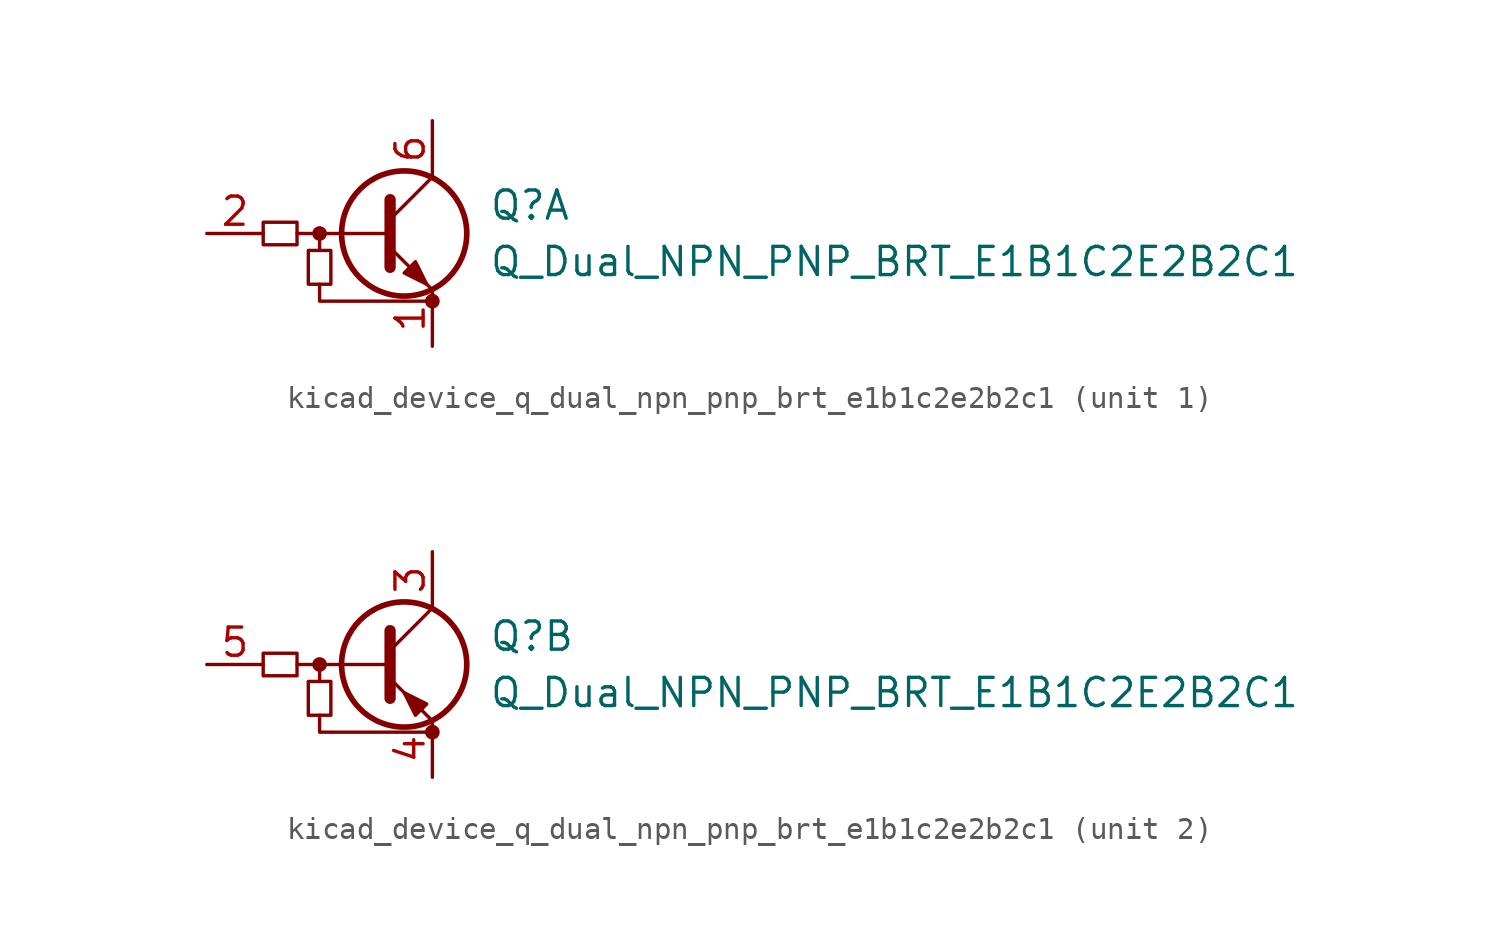
<source format=kicad_sym>
(kicad_symbol_lib
  (version 20220914)
  (generator kicad_symbol_editor)
  (symbol "kicad_device_q_dual_npn_pnp_brt_e1b1c2e2b2c1"
    (pin_names hide)
    (property "Reference" "Q"
      (at 3.81 1.27 0)
      (effects (font (size 1.27 1.27)) (justify left)))
    (property "Value" "Q_Dual_NPN_PNP_BRT_E1B1C2E2B2C1"
      (at 3.81 -1.27 0)
      (effects (font (size 1.27 1.27)) (justify left)))
    (symbol "kicad_device_q_dual_npn_pnp_brt_e1b1c2e2b2c1_0_1"
      (rectangle (start -6.35 0.508) (end -4.826 -0.508) (stroke (width 0) (type default)) (fill (type none)))
      (rectangle (start -4.318 -2.286) (end -3.302 -0.762) (stroke (width 0) (type default)) (fill (type none)))
      (circle (center -3.81 0) (radius 0.254) (stroke (width 0) (type default)) (fill (type outline)))
      (polyline (pts (xy -3.81 -0.762) (xy -3.81 0)) (stroke (width 0) (type default)) (fill (type none)))
      (polyline (pts (xy -0.762 0) (xy -4.826 0)) (stroke (width 0) (type default)) (fill (type none)))
      (polyline (pts (xy -0.635 1.524) (xy -0.635 -1.524)) (stroke (width 0.508) (type default)) (fill (type none)))
      (polyline (pts (xy -3.81 -2.286) (xy -3.81 -3.048) (xy 1.27 -3.048)) (stroke (width 0) (type default)) (fill (type none)))
      (circle (center 1.27 -3.048) (radius 0.254) (stroke (width 0) (type default)) (fill (type outline))))
    (symbol "kicad_device_q_dual_npn_pnp_brt_e1b1c2e2b2c1_1_1"
      (polyline (pts (xy -0.635 0.635) (xy 1.27 2.54)) (stroke (width 0) (type default)) (fill (type none)))
      (polyline (pts (xy -0.635 -0.635) (xy 1.27 -2.54) (xy 1.27 -2.54)) (stroke (width 0) (type default)) (fill (type none)))
      (polyline (pts (xy 0 -1.778) (xy 0.508 -1.27) (xy 1.016 -2.286) (xy 0 -1.778) (xy 0 -1.778)) (stroke (width 0) (type default)) (fill (type outline)))
      (circle (center 0 0) (radius 2.819) (stroke (width 0.254) (type default)) (fill (type none)))
      (pin passive line (at 1.27 -5.08 90) (length 2.54) (name "E1" (effects (font (size 1.27 1.27)))) (number "1" (effects (font (size 1.27 1.27)))))
      (pin input line (at -8.89 0 0) (length 2.54) (name "B1" (effects (font (size 1.27 1.27)))) (number "2" (effects (font (size 1.27 1.27)))))
      (pin passive line (at 1.27 5.08 270) (length 2.54) (name "C1" (effects (font (size 1.27 1.27)))) (number "6" (effects (font (size 1.27 1.27))))))
    (symbol "kicad_device_q_dual_npn_pnp_brt_e1b1c2e2b2c1_2_1"
      (polyline (pts (xy -0.635 0.635) (xy 1.27 2.54)) (stroke (width 0) (type default)) (fill (type none)))
      (polyline (pts (xy -0.635 -0.635) (xy 1.27 -2.54) (xy 1.27 -2.54)) (stroke (width 0) (type default)) (fill (type none)))
      (polyline (pts (xy 1.016 -1.778) (xy 0.508 -2.286) (xy 0 -1.27) (xy 1.016 -1.778) (xy 1.016 -1.778)) (stroke (width 0) (type default)) (fill (type outline)))
      (circle (center 0 0) (radius 2.819) (stroke (width 0.254) (type default)) (fill (type none)))
      (pin passive line (at 1.27 5.08 270) (length 2.54) (name "C1" (effects (font (size 1.27 1.27)))) (number "3" (effects (font (size 1.27 1.27)))))
      (pin passive line (at 1.27 -5.08 90) (length 2.54) (name "E1" (effects (font (size 1.27 1.27)))) (number "4" (effects (font (size 1.27 1.27)))))
      (pin input line (at -8.89 0 0) (length 2.54) (name "B1" (effects (font (size 1.27 1.27)))) (number "5" (effects (font (size 1.27 1.27))))))))
</source>
